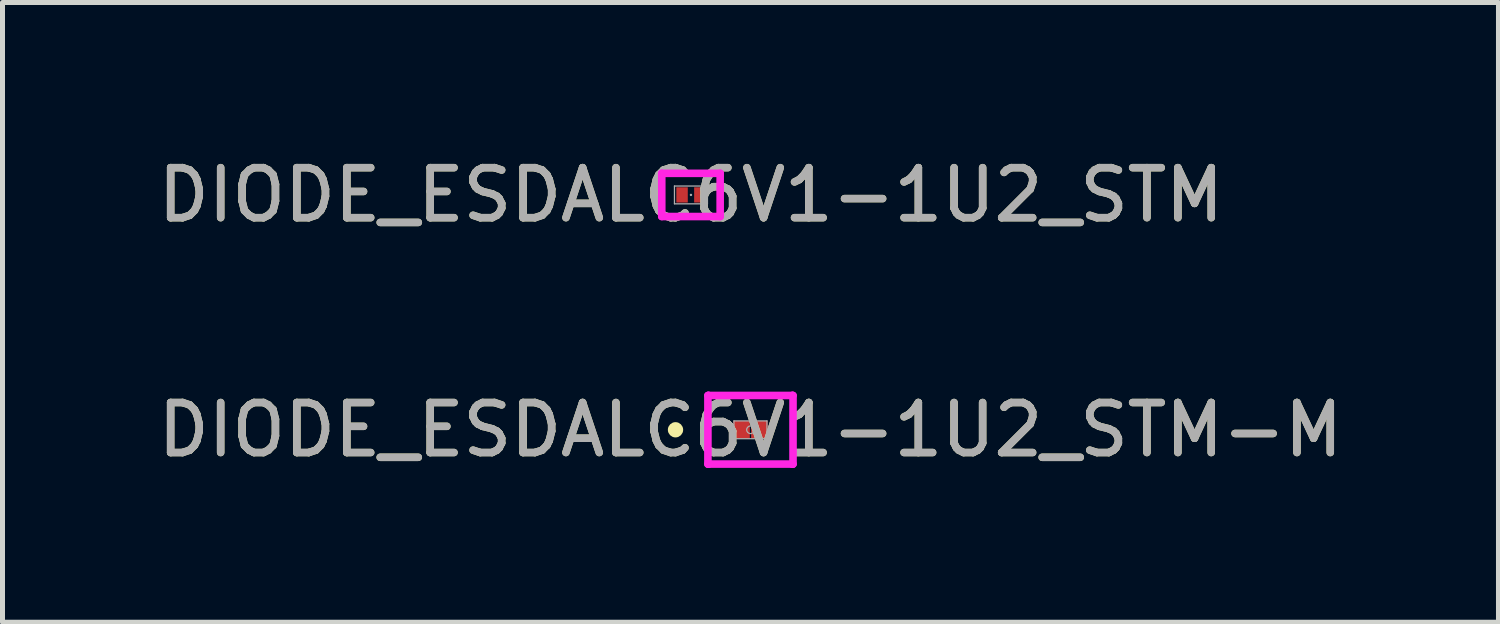
<source format=kicad_pcb>
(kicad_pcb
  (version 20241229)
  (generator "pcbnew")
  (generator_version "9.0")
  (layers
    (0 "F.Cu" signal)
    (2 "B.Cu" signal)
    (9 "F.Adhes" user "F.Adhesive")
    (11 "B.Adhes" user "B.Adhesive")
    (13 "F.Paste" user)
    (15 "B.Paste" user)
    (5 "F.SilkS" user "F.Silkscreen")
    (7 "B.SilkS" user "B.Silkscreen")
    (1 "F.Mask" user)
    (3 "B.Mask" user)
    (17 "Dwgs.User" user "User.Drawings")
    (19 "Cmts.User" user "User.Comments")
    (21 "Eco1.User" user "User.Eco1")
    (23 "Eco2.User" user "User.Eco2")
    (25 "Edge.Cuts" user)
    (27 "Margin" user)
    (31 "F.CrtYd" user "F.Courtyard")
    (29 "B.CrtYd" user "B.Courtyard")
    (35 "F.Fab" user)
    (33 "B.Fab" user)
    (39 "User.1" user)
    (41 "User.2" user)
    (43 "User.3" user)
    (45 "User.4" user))
  (footprint "DIODE_ESDALC6V1-1U2_STM-M"
    (layer "F.Cu")
    (at 11.958 5.545)
    (property "Reference" "DIODE_ESDALC6V1-1U2_STM-M" (at 0 0 0) (unlocked yes) (layer "F.SilkS") (effects (font (size 1 1) (thickness 0.15))))
    (attr smd)
    (fp_circle (center -1.499 0) (end -1.422 0) (stroke (width 0.152) (type solid)) (fill no) (layer "F.SilkS"))
    (fp_line (start -0.851 -0.686) (end -0.838 -0.686) (stroke (width 0.152) (type solid)) (layer "F.CrtYd"))
    (fp_line (start -0.851 0.686) (end -0.851 -0.686) (stroke (width 0.152) (type solid)) (layer "F.CrtYd"))
    (fp_line (start -0.851 0.686) (end -0.838 0.686) (stroke (width 0.152) (type solid)) (layer "F.CrtYd"))
    (fp_line (start -0.838 -0.686) (end -0.838 -0.686) (stroke (width 0.152) (type solid)) (layer "F.CrtYd"))
    (fp_line (start -0.838 -0.686) (end 0.838 -0.686) (stroke (width 0.152) (type solid)) (layer "F.CrtYd"))
    (fp_line (start -0.838 0.686) (end -0.838 0.686) (stroke (width 0.152) (type solid)) (layer "F.CrtYd"))
    (fp_line (start 0.838 -0.686) (end 0.838 -0.686) (stroke (width 0.152) (type solid)) (layer "F.CrtYd"))
    (fp_line (start 0.838 0.686) (end -0.838 0.686) (stroke (width 0.152) (type solid)) (layer "F.CrtYd"))
    (fp_line (start 0.838 0.686) (end 0.838 0.686) (stroke (width 0.152) (type solid)) (layer "F.CrtYd"))
    (fp_line (start 0.851 -0.686) (end 0.838 -0.686) (stroke (width 0.152) (type solid)) (layer "F.CrtYd"))
    (fp_line (start 0.851 -0.686) (end 0.851 0.686) (stroke (width 0.152) (type solid)) (layer "F.CrtYd"))
    (fp_line (start 0.851 0.686) (end 0.838 0.686) (stroke (width 0.152) (type solid)) (layer "F.CrtYd"))
    (fp_line (start -0.33 -0.178) (end -0.33 0.178) (stroke (width 0.025) (type solid)) (layer "F.Fab"))
    (fp_line (start -0.33 0.178) (end 0.33 0.178) (stroke (width 0.025) (type solid)) (layer "F.Fab"))
    (fp_line (start 0.33 -0.178) (end -0.33 -0.178) (stroke (width 0.025) (type solid)) (layer "F.Fab"))
    (fp_line (start 0.33 0.178) (end 0.33 -0.178) (stroke (width 0.025) (type solid)) (layer "F.Fab"))
    (fp_circle (center 0 0) (end 0.076 0) (stroke (width 0.025) (type solid)) (fill no) (layer "F.Fab"))
    (fp_text user "${REFERENCE}" (at 0 0 0) (unlocked yes) (layer "F.Fab") (effects (font (size 1 1) (thickness 0.15))))
    (pad "1" smd rect (at -0.178 0) (size 0.33 0.356) (layers "F.Cu" "F.Mask" "F.Paste"))
    (pad "2" smd rect (at 0.178 0) (size 0.33 0.356) (layers "F.Cu" "F.Mask" "F.Paste")))
  (footprint "DIODE_ESDALC6V1-1U2_STM"
    (layer "F.Cu")
    (at 10.768 0.848)
    (property "Reference" "DIODE_ESDALC6V1-1U2_STM" (at 0 0 0) (unlocked yes) (layer "F.SilkS") (effects (font (size 1 1) (thickness 0.15))))
    (attr smd)
    (fp_line (start -0.584 -0.432) (end 0.584 -0.432) (stroke (width 0.152) (type solid)) (layer "F.CrtYd"))
    (fp_line (start -0.584 -0.406) (end -0.584 -0.432) (stroke (width 0.152) (type solid)) (layer "F.CrtYd"))
    (fp_line (start -0.584 -0.406) (end -0.584 -0.406) (stroke (width 0.152) (type solid)) (layer "F.CrtYd"))
    (fp_line (start -0.584 0.406) (end -0.584 -0.406) (stroke (width 0.152) (type solid)) (layer "F.CrtYd"))
    (fp_line (start -0.584 0.406) (end -0.584 0.406) (stroke (width 0.152) (type solid)) (layer "F.CrtYd"))
    (fp_line (start -0.584 0.432) (end -0.584 0.406) (stroke (width 0.152) (type solid)) (layer "F.CrtYd"))
    (fp_line (start 0.584 -0.432) (end 0.584 -0.406) (stroke (width 0.152) (type solid)) (layer "F.CrtYd"))
    (fp_line (start 0.584 -0.406) (end 0.584 -0.406) (stroke (width 0.152) (type solid)) (layer "F.CrtYd"))
    (fp_line (start 0.584 -0.406) (end 0.584 0.406) (stroke (width 0.152) (type solid)) (layer "F.CrtYd"))
    (fp_line (start 0.584 0.406) (end 0.584 0.406) (stroke (width 0.152) (type solid)) (layer "F.CrtYd"))
    (fp_line (start 0.584 0.406) (end 0.584 0.432) (stroke (width 0.152) (type solid)) (layer "F.CrtYd"))
    (fp_line (start 0.584 0.432) (end -0.584 0.432) (stroke (width 0.152) (type solid)) (layer "F.CrtYd"))
    (fp_line (start -0.33 -0.178) (end -0.33 0.178) (stroke (width 0.025) (type solid)) (layer "F.Fab"))
    (fp_line (start -0.33 0.178) (end 0.33 0.178) (stroke (width 0.025) (type solid)) (layer "F.Fab"))
    (fp_line (start 0.33 -0.178) (end -0.33 -0.178) (stroke (width 0.025) (type solid)) (layer "F.Fab"))
    (fp_line (start 0.33 0.178) (end 0.33 -0.178) (stroke (width 0.025) (type solid)) (layer "F.Fab"))
    (fp_circle (center 0 0) (end 0 0) (stroke (width 0.025) (type solid)) (fill no) (layer "F.Fab"))
    (fp_text user "${REFERENCE}" (at 0 0 0) (unlocked yes) (layer "F.Fab") (effects (font (size 1 1) (thickness 0.15))))
    (pad "1" smd rect (at -0.178 0) (size 0.229 0.305) (layers "F.Cu" "F.Mask" "F.Paste"))
    (pad "2" smd rect (at 0.178 0) (size 0.229 0.305) (layers "F.Cu" "F.Mask" "F.Paste")))
  (gr_rect
    (start -3 -3)
    (end 26.917 9.393)
    (stroke (width 0.1) (type default))
    (fill no)
    (layer "Edge.Cuts")))
</source>
